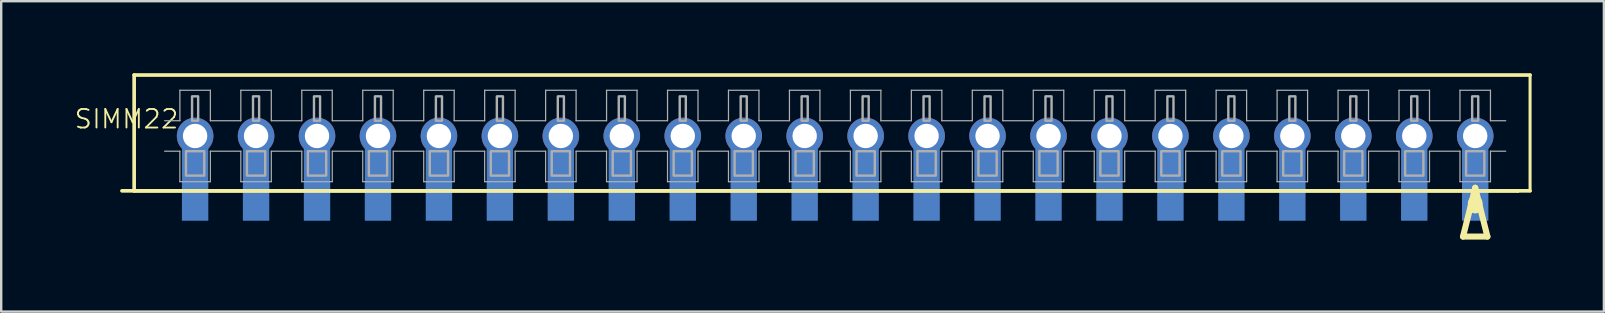
<source format=kicad_pcb>
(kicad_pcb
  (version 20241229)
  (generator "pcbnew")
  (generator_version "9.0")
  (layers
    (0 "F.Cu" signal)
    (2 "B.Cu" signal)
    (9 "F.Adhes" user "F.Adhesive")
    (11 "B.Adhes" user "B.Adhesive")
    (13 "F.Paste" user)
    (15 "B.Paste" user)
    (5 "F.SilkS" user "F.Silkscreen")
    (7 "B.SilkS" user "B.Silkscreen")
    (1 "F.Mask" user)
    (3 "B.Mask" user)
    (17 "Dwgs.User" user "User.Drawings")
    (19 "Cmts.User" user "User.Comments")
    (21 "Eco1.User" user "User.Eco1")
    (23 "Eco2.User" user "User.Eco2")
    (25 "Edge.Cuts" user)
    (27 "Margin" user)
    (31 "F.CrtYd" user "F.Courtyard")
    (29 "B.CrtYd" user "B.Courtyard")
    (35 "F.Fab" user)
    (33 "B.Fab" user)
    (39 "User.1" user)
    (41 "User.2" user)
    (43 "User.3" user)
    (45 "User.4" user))
  (footprint "SIMM22"
    (layer "F.Cu")
    (at 31.75 2.616)
    (property "Reference" "SIMM22" (at -31.75 -0.254 0) (layer "F.SilkS") (effects (font (size 0.772 0.772) (thickness 0.077)) (justify left bottom)))
    (attr through_hole)
    (fp_line (start -29.718 2.286) (end 28.448 2.286) (stroke (width 0.152) (type solid)) (layer "F.SilkS"))
    (fp_line (start -29.21 -2.54) (end -29.21 2.286) (stroke (width 0.152) (type solid)) (layer "F.SilkS"))
    (fp_line (start -29.21 2.286) (end 28.448 2.286) (stroke (width 0.152) (type solid)) (layer "F.SilkS"))
    (fp_line (start 26.162 4.191) (end 27.178 4.191) (stroke (width 0.254) (type solid)) (layer "F.SilkS"))
    (fp_line (start 26.67 2.159) (end 26.162 4.191) (stroke (width 0.254) (type solid)) (layer "F.SilkS"))
    (fp_line (start 26.67 2.794) (end 26.67 2.921) (stroke (width 0.61) (type solid)) (layer "F.SilkS"))
    (fp_line (start 27.178 4.191) (end 26.67 2.159) (stroke (width 0.254) (type solid)) (layer "F.SilkS"))
    (fp_line (start 28.448 2.286) (end 28.956 2.286) (stroke (width 0.152) (type solid)) (layer "F.SilkS"))
    (fp_line (start 28.956 -2.54) (end -29.21 -2.54) (stroke (width 0.152) (type solid)) (layer "F.SilkS"))
    (fp_line (start 28.956 -2.54) (end 28.956 2.286) (stroke (width 0.127) (type solid)) (layer "F.SilkS"))
    (fp_line (start -27.305 -1.905) (end -26.035 -1.905) (stroke (width 0.051) (type solid)) (layer "F.Fab"))
    (fp_line (start -27.305 -0.635) (end -27.94 -0.635) (stroke (width 0.051) (type solid)) (layer "F.Fab"))
    (fp_line (start -27.305 -0.635) (end -27.305 -1.905) (stroke (width 0.051) (type solid)) (layer "F.Fab"))
    (fp_line (start -27.305 0.635) (end -27.94 0.635) (stroke (width 0.051) (type solid)) (layer "F.Fab"))
    (fp_line (start -27.305 1.905) (end -27.305 0.635) (stroke (width 0.051) (type solid)) (layer "F.Fab"))
    (fp_line (start -27.305 1.905) (end -26.035 1.905) (stroke (width 0.051) (type solid)) (layer "F.Fab"))
    (fp_line (start -26.035 -1.905) (end -26.035 -0.635) (stroke (width 0.051) (type solid)) (layer "F.Fab"))
    (fp_line (start -26.035 -0.635) (end -24.765 -0.635) (stroke (width 0.051) (type solid)) (layer "F.Fab"))
    (fp_line (start -26.035 0.635) (end -24.765 0.635) (stroke (width 0.051) (type solid)) (layer "F.Fab"))
    (fp_line (start -26.035 1.905) (end -26.035 0.635) (stroke (width 0.051) (type solid)) (layer "F.Fab"))
    (fp_line (start -24.765 -1.905) (end -23.495 -1.905) (stroke (width 0.051) (type solid)) (layer "F.Fab"))
    (fp_line (start -24.765 -0.635) (end -24.765 -1.905) (stroke (width 0.051) (type solid)) (layer "F.Fab"))
    (fp_line (start -24.765 0.635) (end -24.765 1.905) (stroke (width 0.051) (type solid)) (layer "F.Fab"))
    (fp_line (start -24.765 1.905) (end -23.495 1.905) (stroke (width 0.051) (type solid)) (layer "F.Fab"))
    (fp_line (start -23.495 -1.905) (end -23.495 -0.635) (stroke (width 0.051) (type solid)) (layer "F.Fab"))
    (fp_line (start -23.495 -0.635) (end -22.225 -0.635) (stroke (width 0.051) (type solid)) (layer "F.Fab"))
    (fp_line (start -23.495 0.635) (end -23.495 1.905) (stroke (width 0.051) (type solid)) (layer "F.Fab"))
    (fp_line (start -23.495 0.635) (end -22.225 0.635) (stroke (width 0.051) (type solid)) (layer "F.Fab"))
    (fp_line (start -22.225 -0.635) (end -22.225 -1.905) (stroke (width 0.051) (type solid)) (layer "F.Fab"))
    (fp_line (start -22.225 1.905) (end -22.225 0.635) (stroke (width 0.051) (type solid)) (layer "F.Fab"))
    (fp_line (start -22.225 1.905) (end -20.955 1.905) (stroke (width 0.051) (type solid)) (layer "F.Fab"))
    (fp_line (start -20.955 -1.905) (end -22.225 -1.905) (stroke (width 0.051) (type solid)) (layer "F.Fab"))
    (fp_line (start -20.955 -1.905) (end -20.955 -0.635) (stroke (width 0.051) (type solid)) (layer "F.Fab"))
    (fp_line (start -20.955 0.635) (end -19.685 0.635) (stroke (width 0.051) (type solid)) (layer "F.Fab"))
    (fp_line (start -20.955 1.905) (end -20.955 0.635) (stroke (width 0.051) (type solid)) (layer "F.Fab"))
    (fp_line (start -19.685 -0.635) (end -20.955 -0.635) (stroke (width 0.051) (type solid)) (layer "F.Fab"))
    (fp_line (start -19.685 -0.635) (end -19.685 -1.905) (stroke (width 0.051) (type solid)) (layer "F.Fab"))
    (fp_line (start -19.685 1.905) (end -19.685 0.635) (stroke (width 0.051) (type solid)) (layer "F.Fab"))
    (fp_line (start -19.685 1.905) (end -18.415 1.905) (stroke (width 0.051) (type solid)) (layer "F.Fab"))
    (fp_line (start -18.415 -1.905) (end -19.685 -1.905) (stroke (width 0.051) (type solid)) (layer "F.Fab"))
    (fp_line (start -18.415 -1.905) (end -18.415 -0.635) (stroke (width 0.051) (type solid)) (layer "F.Fab"))
    (fp_line (start -18.415 0.635) (end -17.145 0.635) (stroke (width 0.051) (type solid)) (layer "F.Fab"))
    (fp_line (start -18.415 1.905) (end -18.415 0.635) (stroke (width 0.051) (type solid)) (layer "F.Fab"))
    (fp_line (start -17.145 -0.635) (end -18.415 -0.635) (stroke (width 0.051) (type solid)) (layer "F.Fab"))
    (fp_line (start -17.145 -0.635) (end -17.145 -1.905) (stroke (width 0.051) (type solid)) (layer "F.Fab"))
    (fp_line (start -17.145 1.905) (end -17.145 0.635) (stroke (width 0.051) (type solid)) (layer "F.Fab"))
    (fp_line (start -17.145 1.905) (end -15.875 1.905) (stroke (width 0.051) (type solid)) (layer "F.Fab"))
    (fp_line (start -15.875 -1.905) (end -17.145 -1.905) (stroke (width 0.051) (type solid)) (layer "F.Fab"))
    (fp_line (start -15.875 -1.905) (end -15.875 -0.635) (stroke (width 0.051) (type solid)) (layer "F.Fab"))
    (fp_line (start -15.875 0.635) (end -14.605 0.635) (stroke (width 0.051) (type solid)) (layer "F.Fab"))
    (fp_line (start -15.875 1.905) (end -15.875 0.635) (stroke (width 0.051) (type solid)) (layer "F.Fab"))
    (fp_line (start -14.605 -0.635) (end -15.875 -0.635) (stroke (width 0.051) (type solid)) (layer "F.Fab"))
    (fp_line (start -14.605 -0.635) (end -14.605 -1.905) (stroke (width 0.051) (type solid)) (layer "F.Fab"))
    (fp_line (start -14.605 1.905) (end -14.605 0.635) (stroke (width 0.051) (type solid)) (layer "F.Fab"))
    (fp_line (start -14.605 1.905) (end -13.335 1.905) (stroke (width 0.051) (type solid)) (layer "F.Fab"))
    (fp_line (start -13.335 -1.905) (end -14.605 -1.905) (stroke (width 0.051) (type solid)) (layer "F.Fab"))
    (fp_line (start -13.335 -1.905) (end -13.335 -0.635) (stroke (width 0.051) (type solid)) (layer "F.Fab"))
    (fp_line (start -13.335 -0.635) (end -12.065 -0.635) (stroke (width 0.051) (type solid)) (layer "F.Fab"))
    (fp_line (start -13.335 0.635) (end -12.065 0.635) (stroke (width 0.051) (type solid)) (layer "F.Fab"))
    (fp_line (start -13.335 1.905) (end -13.335 0.635) (stroke (width 0.051) (type solid)) (layer "F.Fab"))
    (fp_line (start -12.065 -0.635) (end -12.065 -1.905) (stroke (width 0.051) (type solid)) (layer "F.Fab"))
    (fp_line (start -12.065 1.905) (end -12.065 0.635) (stroke (width 0.051) (type solid)) (layer "F.Fab"))
    (fp_line (start -12.065 1.905) (end -10.795 1.905) (stroke (width 0.051) (type solid)) (layer "F.Fab"))
    (fp_line (start -10.795 -1.905) (end -12.065 -1.905) (stroke (width 0.051) (type solid)) (layer "F.Fab"))
    (fp_line (start -10.795 -1.905) (end -10.795 -0.635) (stroke (width 0.051) (type solid)) (layer "F.Fab"))
    (fp_line (start -10.795 0.635) (end -10.795 1.905) (stroke (width 0.051) (type solid)) (layer "F.Fab"))
    (fp_line (start -10.795 0.635) (end -9.525 0.635) (stroke (width 0.051) (type solid)) (layer "F.Fab"))
    (fp_line (start -9.525 -0.635) (end -10.795 -0.635) (stroke (width 0.051) (type solid)) (layer "F.Fab"))
    (fp_line (start -9.525 -0.635) (end -9.525 -1.905) (stroke (width 0.051) (type solid)) (layer "F.Fab"))
    (fp_line (start -9.525 1.905) (end -9.525 0.635) (stroke (width 0.051) (type solid)) (layer "F.Fab"))
    (fp_line (start -9.525 1.905) (end -8.255 1.905) (stroke (width 0.051) (type solid)) (layer "F.Fab"))
    (fp_line (start -8.255 -1.905) (end -9.525 -1.905) (stroke (width 0.051) (type solid)) (layer "F.Fab"))
    (fp_line (start -8.255 -1.905) (end -8.255 -0.635) (stroke (width 0.051) (type solid)) (layer "F.Fab"))
    (fp_line (start -8.255 0.635) (end -8.255 1.905) (stroke (width 0.051) (type solid)) (layer "F.Fab"))
    (fp_line (start -8.255 0.635) (end -6.985 0.635) (stroke (width 0.051) (type solid)) (layer "F.Fab"))
    (fp_line (start -6.985 -0.635) (end -8.255 -0.635) (stroke (width 0.051) (type solid)) (layer "F.Fab"))
    (fp_line (start -6.985 -0.635) (end -6.985 -1.905) (stroke (width 0.051) (type solid)) (layer "F.Fab"))
    (fp_line (start -6.985 0.635) (end -6.985 1.905) (stroke (width 0.051) (type solid)) (layer "F.Fab"))
    (fp_line (start -6.985 1.905) (end -5.715 1.905) (stroke (width 0.051) (type solid)) (layer "F.Fab"))
    (fp_line (start -5.715 -1.905) (end -6.985 -1.905) (stroke (width 0.051) (type solid)) (layer "F.Fab"))
    (fp_line (start -5.715 -1.905) (end -5.715 -0.635) (stroke (width 0.051) (type solid)) (layer "F.Fab"))
    (fp_line (start -5.715 0.635) (end -5.715 1.905) (stroke (width 0.051) (type solid)) (layer "F.Fab"))
    (fp_line (start -5.715 0.635) (end -4.445 0.635) (stroke (width 0.051) (type solid)) (layer "F.Fab"))
    (fp_line (start -4.445 -0.635) (end -5.715 -0.635) (stroke (width 0.051) (type solid)) (layer "F.Fab"))
    (fp_line (start -4.445 -0.635) (end -4.445 -1.905) (stroke (width 0.051) (type solid)) (layer "F.Fab"))
    (fp_line (start -4.445 1.905) (end -4.445 0.635) (stroke (width 0.051) (type solid)) (layer "F.Fab"))
    (fp_line (start -4.445 1.905) (end -3.175 1.905) (stroke (width 0.051) (type solid)) (layer "F.Fab"))
    (fp_line (start -3.175 -1.905) (end -4.445 -1.905) (stroke (width 0.051) (type solid)) (layer "F.Fab"))
    (fp_line (start -3.175 -1.905) (end -3.175 -0.635) (stroke (width 0.051) (type solid)) (layer "F.Fab"))
    (fp_line (start -3.175 0.635) (end -3.175 1.905) (stroke (width 0.051) (type solid)) (layer "F.Fab"))
    (fp_line (start -3.175 0.635) (end -1.905 0.635) (stroke (width 0.051) (type solid)) (layer "F.Fab"))
    (fp_line (start -1.905 -0.635) (end -3.175 -0.635) (stroke (width 0.051) (type solid)) (layer "F.Fab"))
    (fp_line (start -1.905 -0.635) (end -1.905 -1.905) (stroke (width 0.051) (type solid)) (layer "F.Fab"))
    (fp_line (start -1.905 1.905) (end -1.905 0.635) (stroke (width 0.051) (type solid)) (layer "F.Fab"))
    (fp_line (start -1.905 1.905) (end -0.635 1.905) (stroke (width 0.051) (type solid)) (layer "F.Fab"))
    (fp_line (start -0.635 -1.905) (end -1.905 -1.905) (stroke (width 0.051) (type solid)) (layer "F.Fab"))
    (fp_line (start -0.635 -1.905) (end -0.635 -0.635) (stroke (width 0.051) (type solid)) (layer "F.Fab"))
    (fp_line (start -0.635 0.635) (end -0.635 1.905) (stroke (width 0.051) (type solid)) (layer "F.Fab"))
    (fp_line (start -0.635 0.635) (end 0.635 0.635) (stroke (width 0.051) (type solid)) (layer "F.Fab"))
    (fp_line (start 0.635 -0.635) (end -0.635 -0.635) (stroke (width 0.051) (type solid)) (layer "F.Fab"))
    (fp_line (start 0.635 -0.635) (end 0.635 -1.905) (stroke (width 0.051) (type solid)) (layer "F.Fab"))
    (fp_line (start 0.635 1.905) (end 0.635 0.635) (stroke (width 0.051) (type solid)) (layer "F.Fab"))
    (fp_line (start 0.635 1.905) (end 1.905 1.905) (stroke (width 0.051) (type solid)) (layer "F.Fab"))
    (fp_line (start 1.905 -1.905) (end 0.635 -1.905) (stroke (width 0.051) (type solid)) (layer "F.Fab"))
    (fp_line (start 1.905 -1.905) (end 1.905 -0.635) (stroke (width 0.051) (type solid)) (layer "F.Fab"))
    (fp_line (start 1.905 0.635) (end 3.175 0.635) (stroke (width 0.051) (type solid)) (layer "F.Fab"))
    (fp_line (start 1.905 1.905) (end 1.905 0.635) (stroke (width 0.051) (type solid)) (layer "F.Fab"))
    (fp_line (start 3.175 -0.635) (end 1.905 -0.635) (stroke (width 0.051) (type solid)) (layer "F.Fab"))
    (fp_line (start 3.175 -0.635) (end 3.175 -1.905) (stroke (width 0.051) (type solid)) (layer "F.Fab"))
    (fp_line (start 3.175 1.905) (end 3.175 0.635) (stroke (width 0.051) (type solid)) (layer "F.Fab"))
    (fp_line (start 3.175 1.905) (end 4.445 1.905) (stroke (width 0.051) (type solid)) (layer "F.Fab"))
    (fp_line (start 4.445 -1.905) (end 3.175 -1.905) (stroke (width 0.051) (type solid)) (layer "F.Fab"))
    (fp_line (start 4.445 -1.905) (end 4.445 -0.635) (stroke (width 0.051) (type solid)) (layer "F.Fab"))
    (fp_line (start 4.445 -0.635) (end 5.715 -0.635) (stroke (width 0.051) (type solid)) (layer "F.Fab"))
    (fp_line (start 4.445 0.635) (end 5.715 0.635) (stroke (width 0.051) (type solid)) (layer "F.Fab"))
    (fp_line (start 4.445 1.905) (end 4.445 0.635) (stroke (width 0.051) (type solid)) (layer "F.Fab"))
    (fp_line (start 5.715 -0.635) (end 5.715 -1.905) (stroke (width 0.051) (type solid)) (layer "F.Fab"))
    (fp_line (start 5.715 1.905) (end 5.715 0.635) (stroke (width 0.051) (type solid)) (layer "F.Fab"))
    (fp_line (start 5.715 1.905) (end 6.985 1.905) (stroke (width 0.051) (type solid)) (layer "F.Fab"))
    (fp_line (start 6.985 -1.905) (end 5.715 -1.905) (stroke (width 0.051) (type solid)) (layer "F.Fab"))
    (fp_line (start 6.985 -1.905) (end 6.985 -0.635) (stroke (width 0.051) (type solid)) (layer "F.Fab"))
    (fp_line (start 6.985 0.635) (end 6.985 1.905) (stroke (width 0.051) (type solid)) (layer "F.Fab"))
    (fp_line (start 6.985 0.635) (end 8.255 0.635) (stroke (width 0.051) (type solid)) (layer "F.Fab"))
    (fp_line (start 8.255 -0.635) (end 6.985 -0.635) (stroke (width 0.051) (type solid)) (layer "F.Fab"))
    (fp_line (start 8.255 -0.635) (end 8.255 -1.905) (stroke (width 0.051) (type solid)) (layer "F.Fab"))
    (fp_line (start 8.255 0.635) (end 8.255 1.905) (stroke (width 0.051) (type solid)) (layer "F.Fab"))
    (fp_line (start 8.255 1.905) (end 9.525 1.905) (stroke (width 0.051) (type solid)) (layer "F.Fab"))
    (fp_line (start 9.525 -1.905) (end 8.255 -1.905) (stroke (width 0.051) (type solid)) (layer "F.Fab"))
    (fp_line (start 9.525 -1.905) (end 9.525 -0.635) (stroke (width 0.051) (type solid)) (layer "F.Fab"))
    (fp_line (start 9.525 0.635) (end 9.525 1.905) (stroke (width 0.051) (type solid)) (layer "F.Fab"))
    (fp_line (start 9.525 0.635) (end 10.795 0.635) (stroke (width 0.051) (type solid)) (layer "F.Fab"))
    (fp_line (start 10.795 -0.635) (end 9.525 -0.635) (stroke (width 0.051) (type solid)) (layer "F.Fab"))
    (fp_line (start 10.795 -0.635) (end 10.795 -1.905) (stroke (width 0.051) (type solid)) (layer "F.Fab"))
    (fp_line (start 10.795 0.635) (end 10.795 1.905) (stroke (width 0.051) (type solid)) (layer "F.Fab"))
    (fp_line (start 10.795 1.905) (end 12.065 1.905) (stroke (width 0.051) (type solid)) (layer "F.Fab"))
    (fp_line (start 12.065 -1.905) (end 10.795 -1.905) (stroke (width 0.051) (type solid)) (layer "F.Fab"))
    (fp_line (start 12.065 -1.905) (end 12.065 -0.635) (stroke (width 0.051) (type solid)) (layer "F.Fab"))
    (fp_line (start 12.065 0.635) (end 12.065 1.905) (stroke (width 0.051) (type solid)) (layer "F.Fab"))
    (fp_line (start 12.065 0.635) (end 13.335 0.635) (stroke (width 0.051) (type solid)) (layer "F.Fab"))
    (fp_line (start 13.335 -0.635) (end 12.065 -0.635) (stroke (width 0.051) (type solid)) (layer "F.Fab"))
    (fp_line (start 13.335 -0.635) (end 13.335 -1.905) (stroke (width 0.051) (type solid)) (layer "F.Fab"))
    (fp_line (start 13.335 0.635) (end 13.335 1.905) (stroke (width 0.051) (type solid)) (layer "F.Fab"))
    (fp_line (start 13.335 1.905) (end 14.605 1.905) (stroke (width 0.051) (type solid)) (layer "F.Fab"))
    (fp_line (start 14.605 -1.905) (end 13.335 -1.905) (stroke (width 0.051) (type solid)) (layer "F.Fab"))
    (fp_line (start 14.605 -1.905) (end 14.605 -0.635) (stroke (width 0.051) (type solid)) (layer "F.Fab"))
    (fp_line (start 14.605 0.635) (end 15.875 0.635) (stroke (width 0.051) (type solid)) (layer "F.Fab"))
    (fp_line (start 14.605 1.905) (end 14.605 0.635) (stroke (width 0.051) (type solid)) (layer "F.Fab"))
    (fp_line (start 15.875 -0.635) (end 14.605 -0.635) (stroke (width 0.051) (type solid)) (layer "F.Fab"))
    (fp_line (start 15.875 -0.635) (end 15.875 -1.905) (stroke (width 0.051) (type solid)) (layer "F.Fab"))
    (fp_line (start 15.875 1.905) (end 15.875 0.635) (stroke (width 0.051) (type solid)) (layer "F.Fab"))
    (fp_line (start 15.875 1.905) (end 17.145 1.905) (stroke (width 0.051) (type solid)) (layer "F.Fab"))
    (fp_line (start 17.145 -1.905) (end 15.875 -1.905) (stroke (width 0.051) (type solid)) (layer "F.Fab"))
    (fp_line (start 17.145 -1.905) (end 17.145 -0.635) (stroke (width 0.051) (type solid)) (layer "F.Fab"))
    (fp_line (start 17.145 0.635) (end 18.415 0.635) (stroke (width 0.051) (type solid)) (layer "F.Fab"))
    (fp_line (start 17.145 1.905) (end 17.145 0.635) (stroke (width 0.051) (type solid)) (layer "F.Fab"))
    (fp_line (start 18.415 -0.635) (end 17.145 -0.635) (stroke (width 0.051) (type solid)) (layer "F.Fab"))
    (fp_line (start 18.415 -0.635) (end 18.415 -1.905) (stroke (width 0.051) (type solid)) (layer "F.Fab"))
    (fp_line (start 18.415 0.635) (end 18.415 1.905) (stroke (width 0.051) (type solid)) (layer "F.Fab"))
    (fp_line (start 18.415 1.905) (end 19.685 1.905) (stroke (width 0.051) (type solid)) (layer "F.Fab"))
    (fp_line (start 19.685 -1.905) (end 18.415 -1.905) (stroke (width 0.051) (type solid)) (layer "F.Fab"))
    (fp_line (start 19.685 -1.905) (end 19.685 -0.635) (stroke (width 0.051) (type solid)) (layer "F.Fab"))
    (fp_line (start 19.685 0.635) (end 20.955 0.635) (stroke (width 0.051) (type solid)) (layer "F.Fab"))
    (fp_line (start 19.685 1.905) (end 19.685 0.635) (stroke (width 0.051) (type solid)) (layer "F.Fab"))
    (fp_line (start 20.955 -0.635) (end 19.685 -0.635) (stroke (width 0.051) (type solid)) (layer "F.Fab"))
    (fp_line (start 20.955 -0.635) (end 20.955 -1.905) (stroke (width 0.051) (type solid)) (layer "F.Fab"))
    (fp_line (start 20.955 0.635) (end 20.955 1.905) (stroke (width 0.051) (type solid)) (layer "F.Fab"))
    (fp_line (start 20.955 1.905) (end 22.225 1.905) (stroke (width 0.051) (type solid)) (layer "F.Fab"))
    (fp_line (start 22.225 -1.905) (end 20.955 -1.905) (stroke (width 0.051) (type solid)) (layer "F.Fab"))
    (fp_line (start 22.225 -1.905) (end 22.225 -0.635) (stroke (width 0.051) (type solid)) (layer "F.Fab"))
    (fp_line (start 22.225 0.635) (end 22.225 1.905) (stroke (width 0.051) (type solid)) (layer "F.Fab"))
    (fp_line (start 22.225 0.635) (end 23.495 0.635) (stroke (width 0.051) (type solid)) (layer "F.Fab"))
    (fp_line (start 23.495 -0.635) (end 22.225 -0.635) (stroke (width 0.051) (type solid)) (layer "F.Fab"))
    (fp_line (start 23.495 -0.635) (end 23.495 -1.905) (stroke (width 0.051) (type solid)) (layer "F.Fab"))
    (fp_line (start 23.495 0.635) (end 23.495 1.905) (stroke (width 0.051) (type solid)) (layer "F.Fab"))
    (fp_line (start 23.495 1.905) (end 24.765 1.905) (stroke (width 0.051) (type solid)) (layer "F.Fab"))
    (fp_line (start 24.765 -1.905) (end 23.495 -1.905) (stroke (width 0.051) (type solid)) (layer "F.Fab"))
    (fp_line (start 24.765 -1.905) (end 24.765 -0.635) (stroke (width 0.051) (type solid)) (layer "F.Fab"))
    (fp_line (start 24.765 0.635) (end 24.765 1.905) (stroke (width 0.051) (type solid)) (layer "F.Fab"))
    (fp_line (start 24.765 0.635) (end 26.035 0.635) (stroke (width 0.051) (type solid)) (layer "F.Fab"))
    (fp_line (start 26.035 -0.635) (end 24.765 -0.635) (stroke (width 0.051) (type solid)) (layer "F.Fab"))
    (fp_line (start 26.035 -0.635) (end 26.035 -1.905) (stroke (width 0.051) (type solid)) (layer "F.Fab"))
    (fp_line (start 26.035 0.635) (end 26.035 1.905) (stroke (width 0.051) (type solid)) (layer "F.Fab"))
    (fp_line (start 26.035 1.905) (end 27.305 1.905) (stroke (width 0.051) (type solid)) (layer "F.Fab"))
    (fp_line (start 27.305 -1.905) (end 26.035 -1.905) (stroke (width 0.051) (type solid)) (layer "F.Fab"))
    (fp_line (start 27.305 -1.905) (end 27.305 -0.635) (stroke (width 0.051) (type solid)) (layer "F.Fab"))
    (fp_line (start 27.305 0.635) (end 27.94 0.635) (stroke (width 0.051) (type solid)) (layer "F.Fab"))
    (fp_line (start 27.305 1.905) (end 27.305 0.635) (stroke (width 0.051) (type solid)) (layer "F.Fab"))
    (fp_line (start 27.94 -0.635) (end 27.305 -0.635) (stroke (width 0.051) (type solid)) (layer "F.Fab"))
    (fp_poly (pts (xy -27.051 1.651) (xy -26.289 1.651) (xy -26.289 0.635) (xy -27.051 0.635)) (stroke (width 0.1) (type solid)) (fill no) (layer "F.Fab"))
    (fp_poly (pts (xy -26.797 -0.635) (xy -26.543 -0.635) (xy -26.543 -1.651) (xy -26.797 -1.651)) (stroke (width 0.1) (type solid)) (fill no) (layer "F.Fab"))
    (fp_poly (pts (xy -24.511 1.651) (xy -23.749 1.651) (xy -23.749 0.635) (xy -24.511 0.635)) (stroke (width 0.1) (type solid)) (fill no) (layer "F.Fab"))
    (fp_poly (pts (xy -24.257 -0.635) (xy -24.003 -0.635) (xy -24.003 -1.651) (xy -24.257 -1.651)) (stroke (width 0.1) (type solid)) (fill no) (layer "F.Fab"))
    (fp_poly (pts (xy -21.971 1.651) (xy -21.209 1.651) (xy -21.209 0.635) (xy -21.971 0.635)) (stroke (width 0.1) (type solid)) (fill no) (layer "F.Fab"))
    (fp_poly (pts (xy -21.717 -0.635) (xy -21.463 -0.635) (xy -21.463 -1.651) (xy -21.717 -1.651)) (stroke (width 0.1) (type solid)) (fill no) (layer "F.Fab"))
    (fp_poly (pts (xy -19.431 1.651) (xy -18.669 1.651) (xy -18.669 0.635) (xy -19.431 0.635)) (stroke (width 0.1) (type solid)) (fill no) (layer "F.Fab"))
    (fp_poly (pts (xy -19.177 -0.635) (xy -18.923 -0.635) (xy -18.923 -1.651) (xy -19.177 -1.651)) (stroke (width 0.1) (type solid)) (fill no) (layer "F.Fab"))
    (fp_poly (pts (xy -16.891 1.651) (xy -16.129 1.651) (xy -16.129 0.635) (xy -16.891 0.635)) (stroke (width 0.1) (type solid)) (fill no) (layer "F.Fab"))
    (fp_poly (pts (xy -16.637 -0.635) (xy -16.383 -0.635) (xy -16.383 -1.651) (xy -16.637 -1.651)) (stroke (width 0.1) (type solid)) (fill no) (layer "F.Fab"))
    (fp_poly (pts (xy -14.351 1.651) (xy -13.589 1.651) (xy -13.589 0.635) (xy -14.351 0.635)) (stroke (width 0.1) (type solid)) (fill no) (layer "F.Fab"))
    (fp_poly (pts (xy -14.097 -0.635) (xy -13.843 -0.635) (xy -13.843 -1.651) (xy -14.097 -1.651)) (stroke (width 0.1) (type solid)) (fill no) (layer "F.Fab"))
    (fp_poly (pts (xy -11.811 1.651) (xy -11.049 1.651) (xy -11.049 0.635) (xy -11.811 0.635)) (stroke (width 0.1) (type solid)) (fill no) (layer "F.Fab"))
    (fp_poly (pts (xy -11.557 -0.635) (xy -11.303 -0.635) (xy -11.303 -1.651) (xy -11.557 -1.651)) (stroke (width 0.1) (type solid)) (fill no) (layer "F.Fab"))
    (fp_poly (pts (xy -9.271 1.651) (xy -8.509 1.651) (xy -8.509 0.635) (xy -9.271 0.635)) (stroke (width 0.1) (type solid)) (fill no) (layer "F.Fab"))
    (fp_poly (pts (xy -9.017 -0.635) (xy -8.763 -0.635) (xy -8.763 -1.651) (xy -9.017 -1.651)) (stroke (width 0.1) (type solid)) (fill no) (layer "F.Fab"))
    (fp_poly (pts (xy -6.731 1.651) (xy -5.969 1.651) (xy -5.969 0.635) (xy -6.731 0.635)) (stroke (width 0.1) (type solid)) (fill no) (layer "F.Fab"))
    (fp_poly (pts (xy -6.477 -0.635) (xy -6.223 -0.635) (xy -6.223 -1.651) (xy -6.477 -1.651)) (stroke (width 0.1) (type solid)) (fill no) (layer "F.Fab"))
    (fp_poly (pts (xy -4.191 1.651) (xy -3.429 1.651) (xy -3.429 0.635) (xy -4.191 0.635)) (stroke (width 0.1) (type solid)) (fill no) (layer "F.Fab"))
    (fp_poly (pts (xy -3.937 -0.635) (xy -3.683 -0.635) (xy -3.683 -1.651) (xy -3.937 -1.651)) (stroke (width 0.1) (type solid)) (fill no) (layer "F.Fab"))
    (fp_poly (pts (xy -1.651 1.651) (xy -0.889 1.651) (xy -0.889 0.635) (xy -1.651 0.635)) (stroke (width 0.1) (type solid)) (fill no) (layer "F.Fab"))
    (fp_poly (pts (xy -1.397 -0.635) (xy -1.143 -0.635) (xy -1.143 -1.651) (xy -1.397 -1.651)) (stroke (width 0.1) (type solid)) (fill no) (layer "F.Fab"))
    (fp_poly (pts (xy 0.889 1.651) (xy 1.651 1.651) (xy 1.651 0.635) (xy 0.889 0.635)) (stroke (width 0.1) (type solid)) (fill no) (layer "F.Fab"))
    (fp_poly (pts (xy 1.143 -0.635) (xy 1.397 -0.635) (xy 1.397 -1.651) (xy 1.143 -1.651)) (stroke (width 0.1) (type solid)) (fill no) (layer "F.Fab"))
    (fp_poly (pts (xy 3.429 1.651) (xy 4.191 1.651) (xy 4.191 0.635) (xy 3.429 0.635)) (stroke (width 0.1) (type solid)) (fill no) (layer "F.Fab"))
    (fp_poly (pts (xy 3.683 -0.635) (xy 3.937 -0.635) (xy 3.937 -1.651) (xy 3.683 -1.651)) (stroke (width 0.1) (type solid)) (fill no) (layer "F.Fab"))
    (fp_poly (pts (xy 5.969 1.651) (xy 6.731 1.651) (xy 6.731 0.635) (xy 5.969 0.635)) (stroke (width 0.1) (type solid)) (fill no) (layer "F.Fab"))
    (fp_poly (pts (xy 6.223 -0.635) (xy 6.477 -0.635) (xy 6.477 -1.651) (xy 6.223 -1.651)) (stroke (width 0.1) (type solid)) (fill no) (layer "F.Fab"))
    (fp_poly (pts (xy 8.509 1.651) (xy 9.271 1.651) (xy 9.271 0.635) (xy 8.509 0.635)) (stroke (width 0.1) (type solid)) (fill no) (layer "F.Fab"))
    (fp_poly (pts (xy 8.763 -0.635) (xy 9.017 -0.635) (xy 9.017 -1.651) (xy 8.763 -1.651)) (stroke (width 0.1) (type solid)) (fill no) (layer "F.Fab"))
    (fp_poly (pts (xy 11.049 1.651) (xy 11.811 1.651) (xy 11.811 0.635) (xy 11.049 0.635)) (stroke (width 0.1) (type solid)) (fill no) (layer "F.Fab"))
    (fp_poly (pts (xy 11.303 -0.635) (xy 11.557 -0.635) (xy 11.557 -1.651) (xy 11.303 -1.651)) (stroke (width 0.1) (type solid)) (fill no) (layer "F.Fab"))
    (fp_poly (pts (xy 13.589 1.651) (xy 14.351 1.651) (xy 14.351 0.635) (xy 13.589 0.635)) (stroke (width 0.1) (type solid)) (fill no) (layer "F.Fab"))
    (fp_poly (pts (xy 13.843 -0.635) (xy 14.097 -0.635) (xy 14.097 -1.651) (xy 13.843 -1.651)) (stroke (width 0.1) (type solid)) (fill no) (layer "F.Fab"))
    (fp_poly (pts (xy 16.129 1.651) (xy 16.891 1.651) (xy 16.891 0.635) (xy 16.129 0.635)) (stroke (width 0.1) (type solid)) (fill no) (layer "F.Fab"))
    (fp_poly (pts (xy 16.383 -0.635) (xy 16.637 -0.635) (xy 16.637 -1.651) (xy 16.383 -1.651)) (stroke (width 0.1) (type solid)) (fill no) (layer "F.Fab"))
    (fp_poly (pts (xy 18.669 1.651) (xy 19.431 1.651) (xy 19.431 0.635) (xy 18.669 0.635)) (stroke (width 0.1) (type solid)) (fill no) (layer "F.Fab"))
    (fp_poly (pts (xy 18.923 -0.635) (xy 19.177 -0.635) (xy 19.177 -1.651) (xy 18.923 -1.651)) (stroke (width 0.1) (type solid)) (fill no) (layer "F.Fab"))
    (fp_poly (pts (xy 21.209 1.651) (xy 21.971 1.651) (xy 21.971 0.635) (xy 21.209 0.635)) (stroke (width 0.1) (type solid)) (fill no) (layer "F.Fab"))
    (fp_poly (pts (xy 21.463 -0.635) (xy 21.717 -0.635) (xy 21.717 -1.651) (xy 21.463 -1.651)) (stroke (width 0.1) (type solid)) (fill no) (layer "F.Fab"))
    (fp_poly (pts (xy 23.749 1.651) (xy 24.511 1.651) (xy 24.511 0.635) (xy 23.749 0.635)) (stroke (width 0.1) (type solid)) (fill no) (layer "F.Fab"))
    (fp_poly (pts (xy 24.003 -0.635) (xy 24.257 -0.635) (xy 24.257 -1.651) (xy 24.003 -1.651)) (stroke (width 0.1) (type solid)) (fill no) (layer "F.Fab"))
    (fp_poly (pts (xy 26.289 1.651) (xy 27.051 1.651) (xy 27.051 0.635) (xy 26.289 0.635)) (stroke (width 0.1) (type solid)) (fill no) (layer "F.Fab"))
    (fp_poly (pts (xy 26.543 -0.635) (xy 26.797 -0.635) (xy 26.797 -1.651) (xy 26.543 -1.651)) (stroke (width 0.1) (type solid)) (fill no) (layer "F.Fab"))
    (pad "1" thru_hole circle (at 26.67 0) (size 1.524 1.524) (drill 1.016) (layers "*.Cu" "*.Mask"))
    (pad "2" thru_hole circle (at 24.13 0) (size 1.524 1.524) (drill 1.016) (layers "*.Cu" "*.Mask"))
    (pad "3" thru_hole circle (at 21.59 0) (size 1.524 1.524) (drill 1.016) (layers "*.Cu" "*.Mask"))
    (pad "4" thru_hole circle (at 19.05 0) (size 1.524 1.524) (drill 1.016) (layers "*.Cu" "*.Mask"))
    (pad "5" thru_hole circle (at 16.51 0) (size 1.524 1.524) (drill 1.016) (layers "*.Cu" "*.Mask"))
    (pad "6" thru_hole circle (at 13.97 0) (size 1.524 1.524) (drill 1.016) (layers "*.Cu" "*.Mask"))
    (pad "7" thru_hole circle (at 11.43 0) (size 1.524 1.524) (drill 1.016) (layers "*.Cu" "*.Mask"))
    (pad "8" thru_hole circle (at 8.89 0) (size 1.524 1.524) (drill 1.016) (layers "*.Cu" "*.Mask"))
    (pad "9" thru_hole circle (at 6.35 0) (size 1.524 1.524) (drill 1.016) (layers "*.Cu" "*.Mask"))
    (pad "10" thru_hole circle (at 3.81 0) (size 1.524 1.524) (drill 1.016) (layers "*.Cu" "*.Mask"))
    (pad "11" thru_hole circle (at 1.27 0) (size 1.524 1.524) (drill 1.016) (layers "*.Cu" "*.Mask"))
    (pad "12" thru_hole circle (at -1.27 0) (size 1.524 1.524) (drill 1.016) (layers "*.Cu" "*.Mask"))
    (pad "13" thru_hole circle (at -3.81 0) (size 1.524 1.524) (drill 1.016) (layers "*.Cu" "*.Mask"))
    (pad "14" thru_hole circle (at -6.35 0) (size 1.524 1.524) (drill 1.016) (layers "*.Cu" "*.Mask"))
    (pad "15" thru_hole circle (at -8.89 0) (size 1.524 1.524) (drill 1.016) (layers "*.Cu" "*.Mask"))
    (pad "16" thru_hole circle (at -11.43 0) (size 1.524 1.524) (drill 1.016) (layers "*.Cu" "*.Mask"))
    (pad "17" thru_hole circle (at -13.97 0) (size 1.524 1.524) (drill 1.016) (layers "*.Cu" "*.Mask"))
    (pad "18" thru_hole circle (at -16.51 0) (size 1.524 1.524) (drill 1.016) (layers "*.Cu" "*.Mask"))
    (pad "19" thru_hole circle (at -19.05 0) (size 1.524 1.524) (drill 1.016) (layers "*.Cu" "*.Mask"))
    (pad "20" thru_hole circle (at -21.59 0) (size 1.524 1.524) (drill 1.016) (layers "*.Cu" "*.Mask"))
    (pad "21" thru_hole circle (at -24.13 0) (size 1.524 1.524) (drill 1.016) (layers "*.Cu" "*.Mask"))
    (pad "22" thru_hole circle (at -26.67 0) (size 1.524 1.524) (drill 1.016) (layers "*.Cu" "*.Mask"))
    (pad "P$1" smd rect (at -26.67 2.032 90) (size 3 1.1) (layers "B.Cu" "B.Mask" "B.Paste"))
    (pad "P$2" smd rect (at -24.13 2.032 90) (size 3 1.1) (layers "B.Cu" "B.Mask" "B.Paste"))
    (pad "P$3" smd rect (at -21.59 2.032 90) (size 3 1.1) (layers "B.Cu" "B.Mask" "B.Paste"))
    (pad "P$4" smd rect (at -19.05 2.032 90) (size 3 1.1) (layers "B.Cu" "B.Mask" "B.Paste"))
    (pad "P$5" smd rect (at -16.51 2.032 90) (size 3 1.1) (layers "B.Cu" "B.Mask" "B.Paste"))
    (pad "P$6" smd rect (at -13.97 2.032 90) (size 3 1.1) (layers "B.Cu" "B.Mask" "B.Paste"))
    (pad "P$7" smd rect (at -11.43 2.032 90) (size 3 1.1) (layers "B.Cu" "B.Mask" "B.Paste"))
    (pad "P$8" smd rect (at -8.89 2.032 90) (size 3 1.1) (layers "B.Cu" "B.Mask" "B.Paste"))
    (pad "P$9" smd rect (at -6.35 2.032 90) (size 3 1.1) (layers "B.Cu" "B.Mask" "B.Paste"))
    (pad "P$10" smd rect (at -3.81 2.032 90) (size 3 1.1) (layers "B.Cu" "B.Mask" "B.Paste"))
    (pad "P$11" smd rect (at -1.27 2.032 90) (size 3 1.1) (layers "B.Cu" "B.Mask" "B.Paste"))
    (pad "P$12" smd rect (at 1.27 2.032 90) (size 3 1.1) (layers "B.Cu" "B.Mask" "B.Paste"))
    (pad "P$13" smd rect (at 3.81 2.032 90) (size 3 1.1) (layers "B.Cu" "B.Mask" "B.Paste"))
    (pad "P$14" smd rect (at 6.35 2.032 90) (size 3 1.1) (layers "B.Cu" "B.Mask" "B.Paste"))
    (pad "P$15" smd rect (at 8.89 2.032 90) (size 3 1.1) (layers "B.Cu" "B.Mask" "B.Paste"))
    (pad "P$16" smd rect (at 11.43 2.032 90) (size 3 1.1) (layers "B.Cu" "B.Mask" "B.Paste"))
    (pad "P$17" smd rect (at 13.97 2.032 90) (size 3 1.1) (layers "B.Cu" "B.Mask" "B.Paste"))
    (pad "P$18" smd rect (at 16.51 2.032 90) (size 3 1.1) (layers "B.Cu" "B.Mask" "B.Paste"))
    (pad "P$19" smd rect (at 19.05 2.032 90) (size 3 1.1) (layers "B.Cu" "B.Mask" "B.Paste"))
    (pad "P$20" smd rect (at 21.59 2.032 90) (size 3 1.1) (layers "B.Cu" "B.Mask" "B.Paste"))
    (pad "P$21" smd rect (at 24.13 2.032 90) (size 3 1.1) (layers "B.Cu" "B.Mask" "B.Paste"))
    (pad "P$22" smd rect (at 26.67 2.032 90) (size 3 1.1) (layers "B.Cu" "B.Mask" "B.Paste")))
  (gr_rect
    (start -3 -3)
    (end 63.782 9.934)
    (stroke (width 0.1) (type default))
    (fill no)
    (layer "Edge.Cuts")))
</source>
